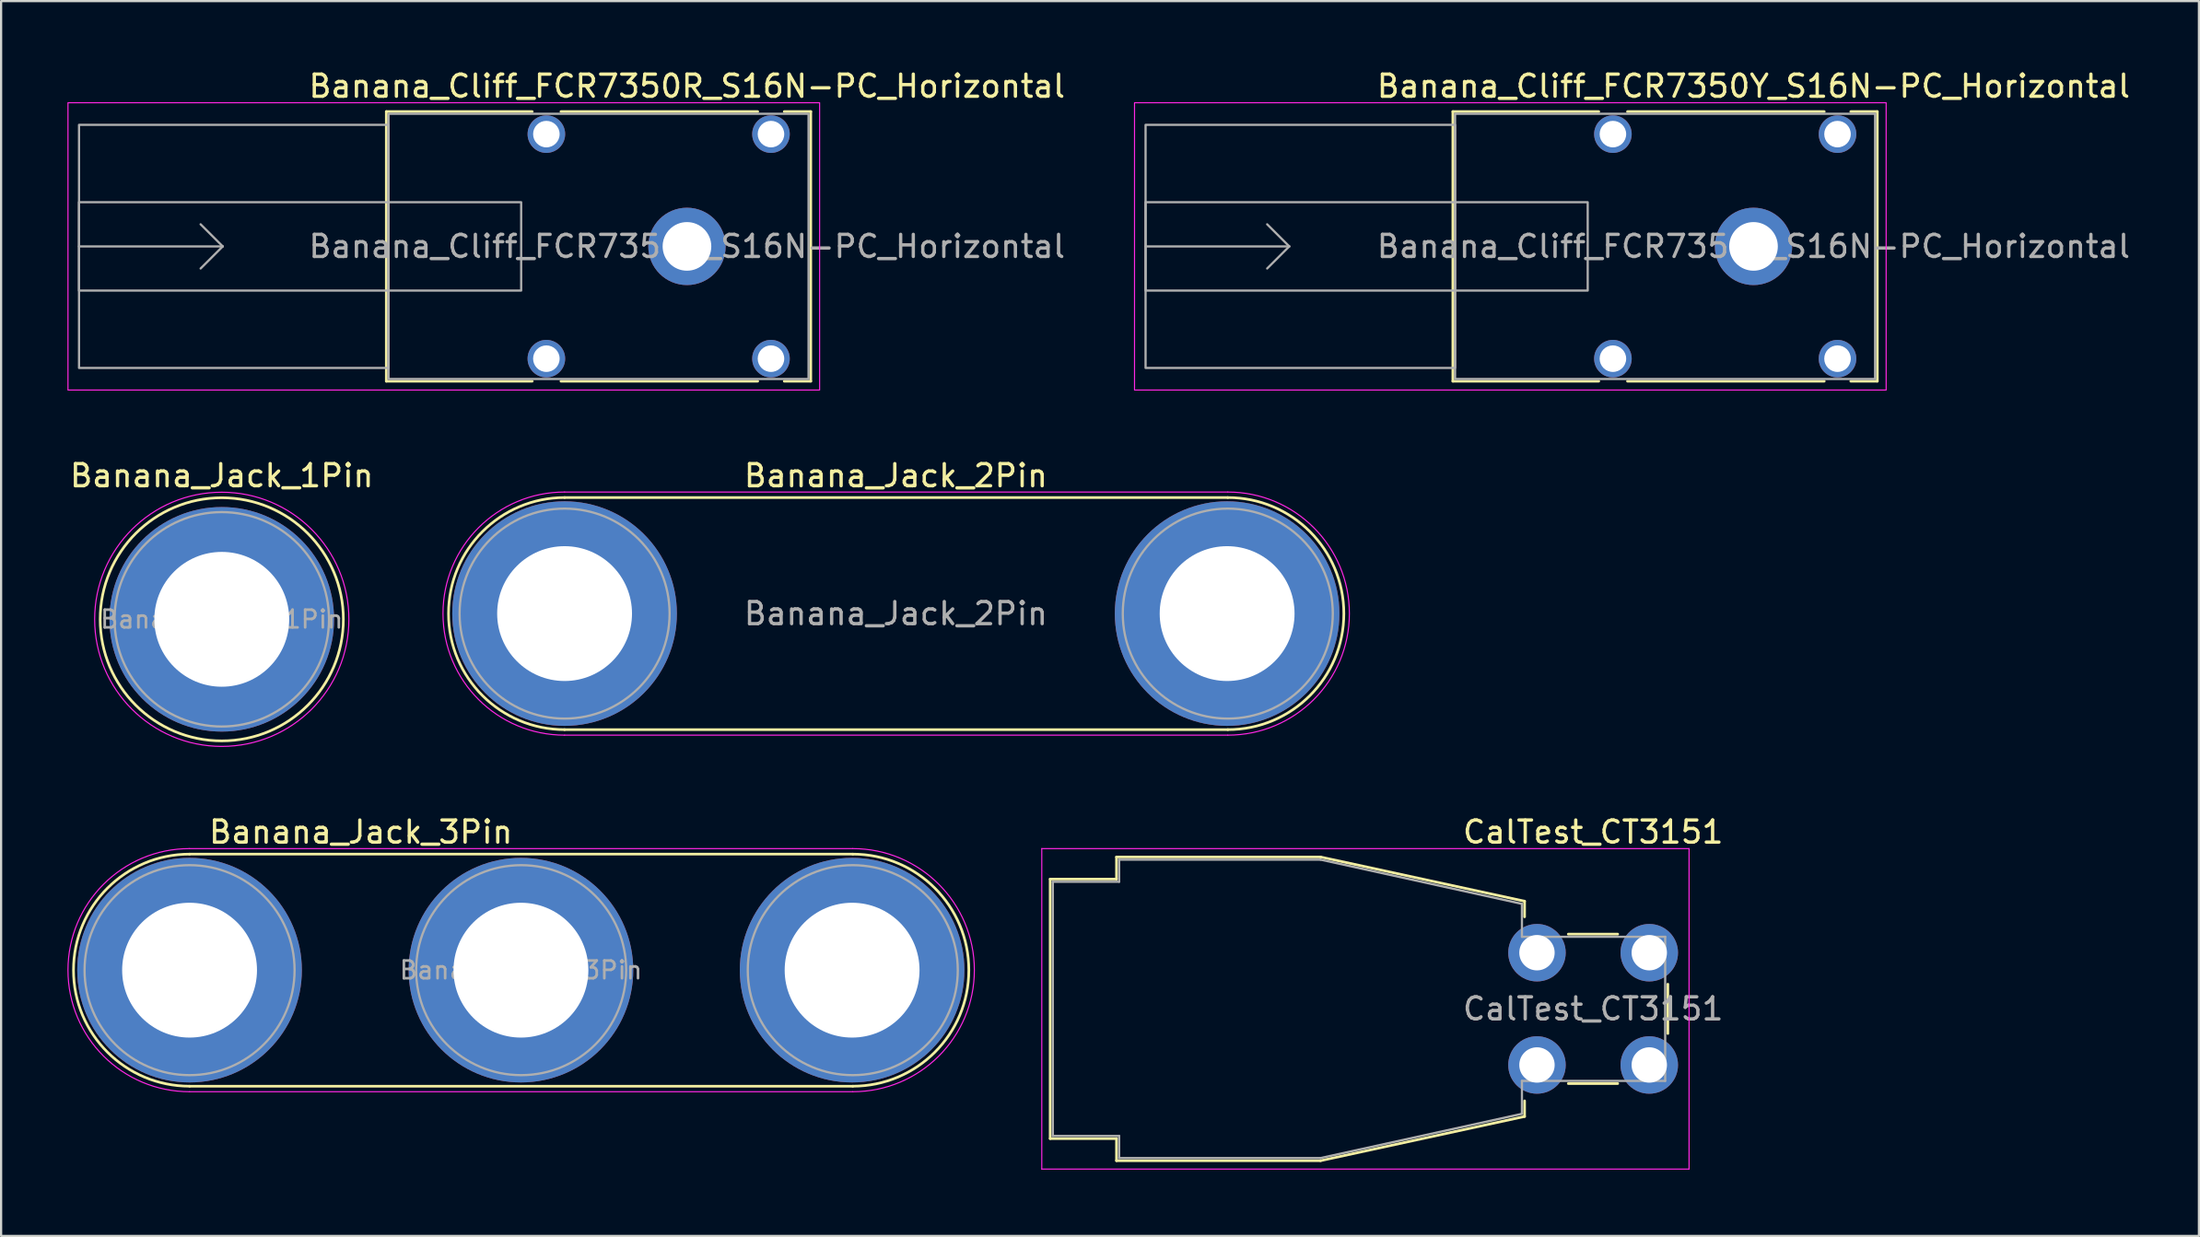
<source format=kicad_pcb>
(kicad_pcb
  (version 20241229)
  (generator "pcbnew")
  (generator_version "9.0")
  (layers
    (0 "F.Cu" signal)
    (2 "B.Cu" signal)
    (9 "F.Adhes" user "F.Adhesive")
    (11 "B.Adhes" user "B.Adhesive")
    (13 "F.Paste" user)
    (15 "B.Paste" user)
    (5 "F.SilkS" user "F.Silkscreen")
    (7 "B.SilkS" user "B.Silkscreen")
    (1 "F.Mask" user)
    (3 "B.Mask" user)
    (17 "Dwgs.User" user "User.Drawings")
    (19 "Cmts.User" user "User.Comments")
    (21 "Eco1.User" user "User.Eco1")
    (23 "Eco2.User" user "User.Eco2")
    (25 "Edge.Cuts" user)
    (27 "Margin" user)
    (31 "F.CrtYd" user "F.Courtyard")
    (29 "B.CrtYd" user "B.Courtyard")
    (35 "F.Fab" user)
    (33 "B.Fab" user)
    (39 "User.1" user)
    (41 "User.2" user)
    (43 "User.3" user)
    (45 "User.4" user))
  (footprint "CalTest_CT3151"
    (layer "F.Cu")
    (at 66.475 40.055)
    (property "Reference" "CalTest_CT3151" (at 2.54 -5.46 0) (layer "F.SilkS") (effects (font (size 1 1) (thickness 0.15))))
    (attr through_hole)
    (fp_line (start -22.02 -3.33) (end -19.02 -3.33) (stroke (width 0.12) (type solid)) (layer "F.SilkS"))
    (fp_line (start -22.02 8.41) (end -22.02 -3.33) (stroke (width 0.12) (type solid)) (layer "F.SilkS"))
    (fp_line (start -19.02 -4.33) (end -9.79 -4.33) (stroke (width 0.12) (type solid)) (layer "F.SilkS"))
    (fp_line (start -19.02 -3.33) (end -19.02 -4.33) (stroke (width 0.12) (type solid)) (layer "F.SilkS"))
    (fp_line (start -19.02 8.41) (end -22.02 8.41) (stroke (width 0.12) (type solid)) (layer "F.SilkS"))
    (fp_line (start -19.02 9.41) (end -19.02 8.41) (stroke (width 0.12) (type solid)) (layer "F.SilkS"))
    (fp_line (start -9.79 -4.33) (end -0.561 -2.33) (stroke (width 0.12) (type solid)) (layer "F.SilkS"))
    (fp_line (start -9.79 9.41) (end -19.02 9.41) (stroke (width 0.12) (type solid)) (layer "F.SilkS"))
    (fp_line (start -0.561 -2.33) (end -0.561 -1.623) (stroke (width 0.12) (type solid)) (layer "F.SilkS"))
    (fp_line (start -0.561 6.703) (end -0.561 7.41) (stroke (width 0.12) (type solid)) (layer "F.SilkS"))
    (fp_line (start -0.561 7.41) (end -9.79 9.41) (stroke (width 0.12) (type solid)) (layer "F.SilkS"))
    (fp_line (start 1.417 -0.84) (end 3.652 -0.84) (stroke (width 0.12) (type solid)) (layer "F.SilkS"))
    (fp_line (start 3.653 5.92) (end 1.417 5.92) (stroke (width 0.12) (type solid)) (layer "F.SilkS"))
    (fp_line (start 5.92 1.425) (end 5.92 3.656) (stroke (width 0.12) (type solid)) (layer "F.SilkS"))
    (fp_line (start -22.4 -4.71) (end -22.4 9.79) (stroke (width 0.05) (type solid)) (layer "F.CrtYd"))
    (fp_line (start -22.4 9.79) (end 6.88 9.79) (stroke (width 0.05) (type solid)) (layer "F.CrtYd"))
    (fp_line (start 6.88 -4.71) (end -22.4 -4.71) (stroke (width 0.05) (type solid)) (layer "F.CrtYd"))
    (fp_line (start 6.88 9.79) (end 6.88 -4.71) (stroke (width 0.05) (type solid)) (layer "F.CrtYd"))
    (fp_line (start -21.9 -3.21) (end -18.9 -3.21) (stroke (width 0.1) (type solid)) (layer "F.Fab"))
    (fp_line (start -21.9 8.29) (end -21.9 -3.21) (stroke (width 0.1) (type solid)) (layer "F.Fab"))
    (fp_line (start -18.9 -4.21) (end -9.79 -4.21) (stroke (width 0.1) (type solid)) (layer "F.Fab"))
    (fp_line (start -18.9 -3.21) (end -18.9 -4.21) (stroke (width 0.1) (type solid)) (layer "F.Fab"))
    (fp_line (start -18.9 8.29) (end -21.9 8.29) (stroke (width 0.1) (type solid)) (layer "F.Fab"))
    (fp_line (start -18.9 9.29) (end -18.9 8.29) (stroke (width 0.1) (type solid)) (layer "F.Fab"))
    (fp_line (start -9.79 -4.21) (end -0.68 -2.21) (stroke (width 0.1) (type solid)) (layer "F.Fab"))
    (fp_line (start -9.79 9.29) (end -18.9 9.29) (stroke (width 0.1) (type solid)) (layer "F.Fab"))
    (fp_line (start -0.68 -2.21) (end -0.68 -0.72) (stroke (width 0.1) (type solid)) (layer "F.Fab"))
    (fp_line (start -0.68 -0.72) (end 5.8 -0.72) (stroke (width 0.1) (type solid)) (layer "F.Fab"))
    (fp_line (start -0.68 5.8) (end -0.68 7.29) (stroke (width 0.1) (type solid)) (layer "F.Fab"))
    (fp_line (start -0.68 7.29) (end -9.79 9.29) (stroke (width 0.1) (type solid)) (layer "F.Fab"))
    (fp_line (start 5.8 -0.72) (end 5.8 5.8) (stroke (width 0.1) (type solid)) (layer "F.Fab"))
    (fp_line (start 5.8 5.8) (end -0.68 5.8) (stroke (width 0.1) (type solid)) (layer "F.Fab"))
    (fp_text user "${REFERENCE}" (at 2.54 2.54 0) (layer "F.Fab") (effects (font (size 1 1) (thickness 0.15))))
    (pad "1" thru_hole circle (at 0 0) (size 2.6 2.6) (drill 1.6) (layers "*.Cu" "*.Mask"))
    (pad "1" thru_hole circle (at 0 5.08) (size 2.6 2.6) (drill 1.6) (layers "*.Cu" "*.Mask"))
    (pad "1" thru_hole circle (at 5.08 0) (size 2.6 2.6) (drill 1.6) (layers "*.Cu" "*.Mask"))
    (pad "1" thru_hole circle (at 5.08 5.08) (size 2.6 2.6) (drill 1.6) (layers "*.Cu" "*.Mask")))
  (footprint "Banana_Jack_2Pin"
    (layer "F.Cu")
    (at 22.489 24.712)
    (property "Reference" "Banana_Jack_2Pin" (at 14.985 -6.24 0) (layer "F.SilkS") (effects (font (size 1 1) (thickness 0.15))))
    (attr through_hole)
    (fp_line (start 0 5.25) (end 30 5.25) (stroke (width 0.12) (type solid)) (layer "F.SilkS"))
    (fp_line (start 30 -5.25) (end 0 -5.25) (stroke (width 0.12) (type solid)) (layer "F.SilkS"))
    (fp_arc (start 0 5.25) (mid -5.25 0) (end 0 -5.25) (stroke (width 0.12) (type solid)) (layer "F.SilkS"))
    (fp_arc (start 30 -5.25) (mid 35.25 0) (end 30 5.25) (stroke (width 0.12) (type solid)) (layer "F.SilkS"))
    (fp_line (start 0 5.5) (end 30 5.5) (stroke (width 0.05) (type solid)) (layer "F.CrtYd"))
    (fp_line (start 30 -5.5) (end 0 -5.5) (stroke (width 0.05) (type solid)) (layer "F.CrtYd"))
    (fp_arc (start 0 5.5) (mid -5.5 0) (end 0 -5.5) (stroke (width 0.05) (type solid)) (layer "F.CrtYd"))
    (fp_arc (start 30 -5.5) (mid 35.5 0) (end 30 5.5) (stroke (width 0.05) (type solid)) (layer "F.CrtYd"))
    (fp_circle (center 0 0) (end 2 0) (stroke (width 0.1) (type solid)) (fill no) (layer "F.Fab"))
    (fp_circle (center 0 0) (end 4.75 0) (stroke (width 0.1) (type solid)) (fill no) (layer "F.Fab"))
    (fp_circle (center 30 0) (end 32 0) (stroke (width 0.1) (type solid)) (fill no) (layer "F.Fab"))
    (fp_circle (center 30 0) (end 34.75 0) (stroke (width 0.1) (type solid)) (fill no) (layer "F.Fab"))
    (fp_text user "${REFERENCE}" (at 14.985 0 0) (layer "F.Fab") (effects (font (size 1 1) (thickness 0.15))))
    (pad "1" thru_hole circle (at 0 0) (size 10.16 10.16) (drill 6.1) (layers "*.Cu" "*.Mask"))
    (pad "2" thru_hole circle (at 29.97 0) (size 10.16 10.16) (drill 6.1) (layers "*.Cu" "*.Mask")))
  (footprint "Banana_Jack_3Pin"
    (layer "F.Cu")
    (at 5.525 40.845)
    (property "Reference" "Banana_Jack_3Pin" (at 7.75 -6.25 0) (layer "F.SilkS") (effects (font (size 1 1) (thickness 0.15))))
    (attr through_hole)
    (fp_line (start 0 5.25) (end 30 5.25) (stroke (width 0.12) (type solid)) (layer "F.SilkS"))
    (fp_line (start 30 -5.25) (end 0 -5.25) (stroke (width 0.12) (type solid)) (layer "F.SilkS"))
    (fp_arc (start 0 5.25) (mid -5.25 0) (end 0 -5.25) (stroke (width 0.12) (type solid)) (layer "F.SilkS"))
    (fp_arc (start 30 -5.25) (mid 35.25 0) (end 30 5.25) (stroke (width 0.12) (type solid)) (layer "F.SilkS"))
    (fp_line (start 0 -5.5) (end 30 -5.5) (stroke (width 0.05) (type solid)) (layer "F.CrtYd"))
    (fp_line (start 30 5.5) (end 0 5.5) (stroke (width 0.05) (type solid)) (layer "F.CrtYd"))
    (fp_arc (start 0 5.5) (mid -5.5 0) (end 0 -5.5) (stroke (width 0.05) (type solid)) (layer "F.CrtYd"))
    (fp_arc (start 30 -5.5) (mid 35.5 0) (end 30 5.5) (stroke (width 0.05) (type solid)) (layer "F.CrtYd"))
    (fp_circle (center 0 0) (end 2 0) (stroke (width 0.1) (type solid)) (fill no) (layer "F.Fab"))
    (fp_circle (center 0 0) (end 4.75 0) (stroke (width 0.1) (type solid)) (fill no) (layer "F.Fab"))
    (fp_circle (center 15 0) (end 17 0) (stroke (width 0.1) (type solid)) (fill no) (layer "F.Fab"))
    (fp_circle (center 15 0) (end 19.75 0) (stroke (width 0.1) (type solid)) (fill no) (layer "F.Fab"))
    (fp_circle (center 30 0) (end 30 -4.75) (stroke (width 0.1) (type solid)) (fill no) (layer "F.Fab"))
    (fp_circle (center 30 0) (end 30 -2) (stroke (width 0.1) (type solid)) (fill no) (layer "F.Fab"))
    (fp_text user "${REFERENCE}" (at 14.99 0 0) (layer "F.Fab") (effects (font (size 0.8 0.8) (thickness 0.12))))
    (pad "1" thru_hole circle (at 0 0) (size 10.16 10.16) (drill 6.1) (layers "*.Cu" "*.Mask"))
    (pad "2" thru_hole circle (at 14.99 0) (size 10.16 10.16) (drill 6.1) (layers "*.Cu" "*.Mask"))
    (pad "3" thru_hole circle (at 29.97 0) (size 10.16 10.16) (drill 6.1) (layers "*.Cu" "*.Mask")))
  (footprint "Banana_Cliff_FCR7350Y_S16N-PC_Horizontal"
    (layer "F.Cu")
    (at 76.27 8.098)
    (property "Reference" "Banana_Cliff_FCR7350Y_S16N-PC_Horizontal" (at 0 -7.25 0) (layer "F.SilkS") (effects (font (size 1 1) (thickness 0.15))))
    (attr through_hole)
    (fp_line (start -13.6 -6.1) (end -13.6 6.1) (stroke (width 0.12) (type solid)) (layer "F.SilkS"))
    (fp_line (start -13.6 6.1) (end -7 6.1) (stroke (width 0.12) (type solid)) (layer "F.SilkS"))
    (fp_line (start -7 -6.1) (end -13.6 -6.1) (stroke (width 0.12) (type solid)) (layer "F.SilkS"))
    (fp_line (start -5.7 6.1) (end 3.2 6.1) (stroke (width 0.12) (type solid)) (layer "F.SilkS"))
    (fp_line (start 3.2 -6.1) (end -5.7 -6.1) (stroke (width 0.12) (type solid)) (layer "F.SilkS"))
    (fp_line (start 4.4 6.1) (end 5.6 6.1) (stroke (width 0.12) (type solid)) (layer "F.SilkS"))
    (fp_line (start 5.6 -6.1) (end 4.4 -6.1) (stroke (width 0.12) (type solid)) (layer "F.SilkS"))
    (fp_line (start 5.6 6.1) (end 5.6 -6.1) (stroke (width 0.12) (type solid)) (layer "F.SilkS"))
    (fp_rect (start 6 6.5) (end -28 -6.5) (stroke (width 0.05) (type solid)) (fill no) (layer "F.CrtYd"))
    (fp_line (start -27.5 0) (end -21 0) (stroke (width 0.1) (type solid)) (layer "F.Fab"))
    (fp_line (start -21 0) (end -22 -1) (stroke (width 0.1) (type solid)) (layer "F.Fab"))
    (fp_line (start -21 0) (end -22 1) (stroke (width 0.1) (type solid)) (layer "F.Fab"))
    (fp_rect (start -27.5 -2) (end -7.5 2) (stroke (width 0.1) (type solid)) (fill no) (layer "F.Fab"))
    (fp_rect (start -13.5 -6) (end 5.5 6) (stroke (width 0.1) (type solid)) (fill no) (layer "F.Fab"))
    (fp_rect (start -13.5 -5.5) (end -27.5 5.5) (stroke (width 0.1) (type solid)) (fill no) (layer "F.Fab"))
    (fp_text user "${REFERENCE}" (at 0 0 0) (layer "F.Fab") (effects (font (size 1 1) (thickness 0.15))))
    (pad "" np_thru_hole circle (at -6.36 -5.08) (size 1.7 1.7) (drill 1.2) (layers "*.Cu" "*.Mask"))
    (pad "" np_thru_hole circle (at -6.36 5.08) (size 1.7 1.7) (drill 1.2) (layers "*.Cu" "*.Mask"))
    (pad "" np_thru_hole circle (at 3.8 -5.08) (size 1.7 1.7) (drill 1.2) (layers "*.Cu" "*.Mask"))
    (pad "" np_thru_hole circle (at 3.8 5.08) (size 1.7 1.7) (drill 1.2) (layers "*.Cu" "*.Mask"))
    (pad "1" thru_hole circle (at 0 0) (size 3.5 3.5) (drill 2.2) (layers "*.Cu" "*.Mask")))
  (footprint "Banana_Cliff_FCR7350R_S16N-PC_Horizontal"
    (layer "F.Cu")
    (at 28.025 8.098)
    (property "Reference" "Banana_Cliff_FCR7350R_S16N-PC_Horizontal" (at 0 -7.25 0) (layer "F.SilkS") (effects (font (size 1 1) (thickness 0.15))))
    (attr through_hole)
    (fp_line (start -13.6 -6.1) (end -13.6 6.1) (stroke (width 0.12) (type solid)) (layer "F.SilkS"))
    (fp_line (start -13.6 6.1) (end -7 6.1) (stroke (width 0.12) (type solid)) (layer "F.SilkS"))
    (fp_line (start -7 -6.1) (end -13.6 -6.1) (stroke (width 0.12) (type solid)) (layer "F.SilkS"))
    (fp_line (start -5.7 6.1) (end 3.2 6.1) (stroke (width 0.12) (type solid)) (layer "F.SilkS"))
    (fp_line (start 3.2 -6.1) (end -5.7 -6.1) (stroke (width 0.12) (type solid)) (layer "F.SilkS"))
    (fp_line (start 4.4 6.1) (end 5.6 6.1) (stroke (width 0.12) (type solid)) (layer "F.SilkS"))
    (fp_line (start 5.6 -6.1) (end 4.4 -6.1) (stroke (width 0.12) (type solid)) (layer "F.SilkS"))
    (fp_line (start 5.6 6.1) (end 5.6 -6.1) (stroke (width 0.12) (type solid)) (layer "F.SilkS"))
    (fp_rect (start 6 6.5) (end -28 -6.5) (stroke (width 0.05) (type solid)) (fill no) (layer "F.CrtYd"))
    (fp_line (start -27.5 0) (end -21 0) (stroke (width 0.1) (type solid)) (layer "F.Fab"))
    (fp_line (start -21 0) (end -22 -1) (stroke (width 0.1) (type solid)) (layer "F.Fab"))
    (fp_line (start -21 0) (end -22 1) (stroke (width 0.1) (type solid)) (layer "F.Fab"))
    (fp_rect (start -27.5 -2) (end -7.5 2) (stroke (width 0.1) (type solid)) (fill no) (layer "F.Fab"))
    (fp_rect (start -13.5 -6) (end 5.5 6) (stroke (width 0.1) (type solid)) (fill no) (layer "F.Fab"))
    (fp_rect (start -13.5 -5.5) (end -27.5 5.5) (stroke (width 0.1) (type solid)) (fill no) (layer "F.Fab"))
    (fp_text user "${REFERENCE}" (at 0 0 0) (layer "F.Fab") (effects (font (size 1 1) (thickness 0.15))))
    (pad "" np_thru_hole circle (at -6.36 -5.08) (size 1.7 1.7) (drill 1.2) (layers "*.Cu" "*.Mask"))
    (pad "" np_thru_hole circle (at -6.36 5.08) (size 1.7 1.7) (drill 1.2) (layers "*.Cu" "*.Mask"))
    (pad "" np_thru_hole circle (at 3.8 -5.08) (size 1.7 1.7) (drill 1.2) (layers "*.Cu" "*.Mask"))
    (pad "" np_thru_hole circle (at 3.8 5.08) (size 1.7 1.7) (drill 1.2) (layers "*.Cu" "*.Mask"))
    (pad "1" thru_hole circle (at 0 0) (size 3.5 3.5) (drill 2.2) (layers "*.Cu" "*.Mask")))
  (footprint "Banana_Jack_1Pin"
    (layer "F.Cu")
    (at 6.982 24.971)
    (property "Reference" "Banana_Jack_1Pin" (at 0 -6.5 0) (layer "F.SilkS") (effects (font (size 1 1) (thickness 0.15))))
    (attr through_hole)
    (fp_circle (center 0 0) (end 5.5 0) (stroke (width 0.12) (type solid)) (fill no) (layer "F.SilkS"))
    (fp_circle (center 0 0) (end 5.75 0) (stroke (width 0.05) (type solid)) (fill no) (layer "F.CrtYd"))
    (fp_circle (center 0 0) (end 2 0) (stroke (width 0.1) (type solid)) (fill no) (layer "F.Fab"))
    (fp_circle (center 0 0) (end 4.85 0.05) (stroke (width 0.1) (type solid)) (fill no) (layer "F.Fab"))
    (fp_text user "${REFERENCE}" (at 0 0 0) (layer "F.Fab") (effects (font (size 0.8 0.8) (thickness 0.12))))
    (pad "1" thru_hole circle (at 0 0) (size 10.16 10.16) (drill 6.1) (layers "*.Cu" "*.Mask")))
  (gr_rect
    (start -3 -3)
    (end 96.419 52.87)
    (stroke (width 0.1) (type default))
    (fill no)
    (layer "Edge.Cuts")))
</source>
